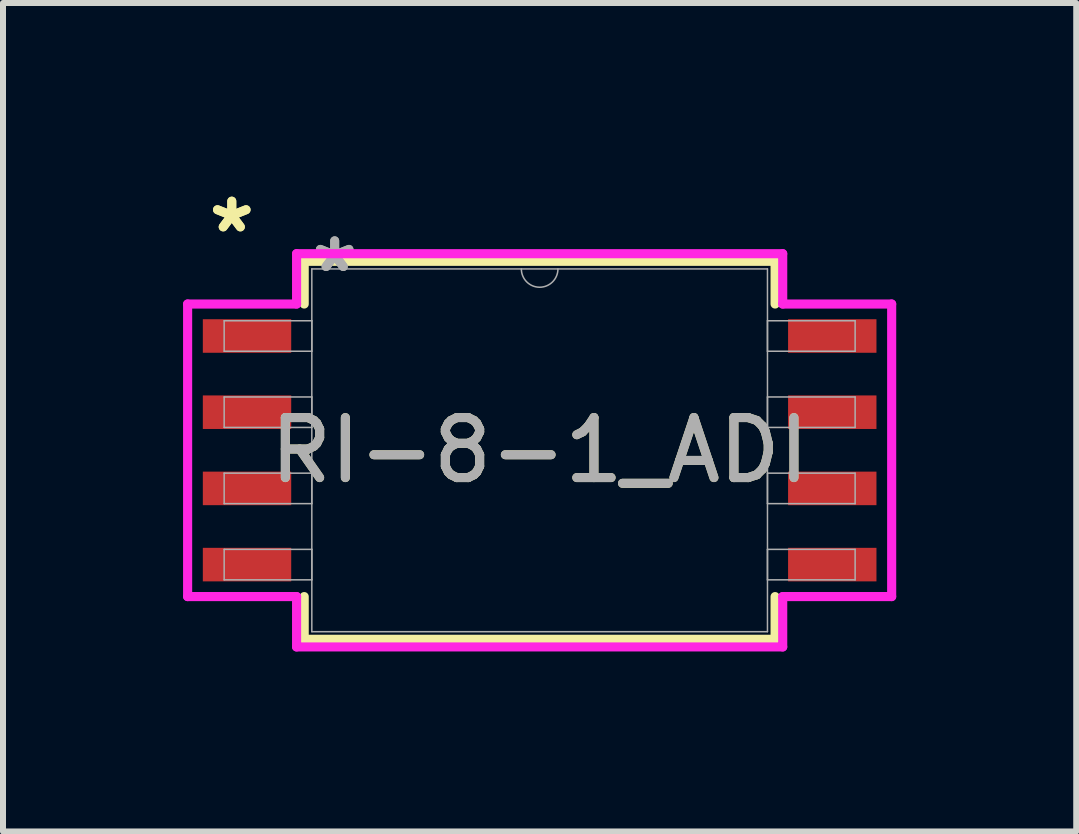
<source format=kicad_pcb>
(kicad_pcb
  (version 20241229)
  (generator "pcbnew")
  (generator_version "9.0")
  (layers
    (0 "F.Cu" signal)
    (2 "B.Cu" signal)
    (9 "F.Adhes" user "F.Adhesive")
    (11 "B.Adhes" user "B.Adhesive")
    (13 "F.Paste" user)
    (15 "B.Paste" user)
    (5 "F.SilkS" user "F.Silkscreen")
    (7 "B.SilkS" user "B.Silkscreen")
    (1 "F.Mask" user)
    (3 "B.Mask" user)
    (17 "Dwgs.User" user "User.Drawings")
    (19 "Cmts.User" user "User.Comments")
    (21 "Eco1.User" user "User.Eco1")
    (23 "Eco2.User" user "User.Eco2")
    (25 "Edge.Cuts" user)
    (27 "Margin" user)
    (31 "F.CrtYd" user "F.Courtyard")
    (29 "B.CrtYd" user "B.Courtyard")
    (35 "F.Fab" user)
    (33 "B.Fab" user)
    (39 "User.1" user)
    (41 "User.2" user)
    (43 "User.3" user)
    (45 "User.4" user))
  (footprint "RI-8-1_ADI"
    (layer "F.Cu")
    (at 5.944 4.455)
    (property "Reference" "RI-8-1_ADI" (at 0 0 0) (unlocked yes) (layer "F.SilkS") (effects (font (size 1 1) (thickness 0.15))))
    (attr smd)
    (fp_line (start -3.924 -3.15) (end -3.924 -2.438) (stroke (width 0.152) (type solid)) (layer "F.SilkS"))
    (fp_line (start -3.924 2.438) (end -3.924 3.15) (stroke (width 0.152) (type solid)) (layer "F.SilkS"))
    (fp_line (start -3.924 3.15) (end 3.924 3.15) (stroke (width 0.152) (type solid)) (layer "F.SilkS"))
    (fp_line (start 3.924 -3.15) (end -3.924 -3.15) (stroke (width 0.152) (type solid)) (layer "F.SilkS"))
    (fp_line (start 3.924 -2.438) (end 3.924 -3.15) (stroke (width 0.152) (type solid)) (layer "F.SilkS"))
    (fp_line (start 3.924 3.15) (end 3.924 2.438) (stroke (width 0.152) (type solid)) (layer "F.SilkS"))
    (fp_line (start -5.867 -2.438) (end -4.051 -2.438) (stroke (width 0.152) (type solid)) (layer "F.CrtYd"))
    (fp_line (start -5.867 2.438) (end -5.867 -2.438) (stroke (width 0.152) (type solid)) (layer "F.CrtYd"))
    (fp_line (start -5.867 2.438) (end -4.051 2.438) (stroke (width 0.152) (type solid)) (layer "F.CrtYd"))
    (fp_line (start -4.051 -3.277) (end 4.051 -3.277) (stroke (width 0.152) (type solid)) (layer "F.CrtYd"))
    (fp_line (start -4.051 -2.438) (end -4.051 -3.277) (stroke (width 0.152) (type solid)) (layer "F.CrtYd"))
    (fp_line (start -4.051 3.277) (end -4.051 2.438) (stroke (width 0.152) (type solid)) (layer "F.CrtYd"))
    (fp_line (start 4.051 -3.277) (end 4.051 -2.438) (stroke (width 0.152) (type solid)) (layer "F.CrtYd"))
    (fp_line (start 4.051 2.438) (end 4.051 3.277) (stroke (width 0.152) (type solid)) (layer "F.CrtYd"))
    (fp_line (start 4.051 3.277) (end -4.051 3.277) (stroke (width 0.152) (type solid)) (layer "F.CrtYd"))
    (fp_line (start 5.867 -2.438) (end 4.051 -2.438) (stroke (width 0.152) (type solid)) (layer "F.CrtYd"))
    (fp_line (start 5.867 -2.438) (end 5.867 2.438) (stroke (width 0.152) (type solid)) (layer "F.CrtYd"))
    (fp_line (start 5.867 2.438) (end 4.051 2.438) (stroke (width 0.152) (type solid)) (layer "F.CrtYd"))
    (fp_line (start -5.258 -2.159) (end -5.258 -1.651) (stroke (width 0.025) (type solid)) (layer "F.Fab"))
    (fp_line (start -5.258 -1.651) (end -3.797 -1.651) (stroke (width 0.025) (type solid)) (layer "F.Fab"))
    (fp_line (start -5.258 -0.889) (end -5.258 -0.381) (stroke (width 0.025) (type solid)) (layer "F.Fab"))
    (fp_line (start -5.258 -0.381) (end -3.797 -0.381) (stroke (width 0.025) (type solid)) (layer "F.Fab"))
    (fp_line (start -5.258 0.381) (end -5.258 0.889) (stroke (width 0.025) (type solid)) (layer "F.Fab"))
    (fp_line (start -5.258 0.889) (end -3.797 0.889) (stroke (width 0.025) (type solid)) (layer "F.Fab"))
    (fp_line (start -5.258 1.651) (end -5.258 2.159) (stroke (width 0.025) (type solid)) (layer "F.Fab"))
    (fp_line (start -5.258 2.159) (end -3.797 2.159) (stroke (width 0.025) (type solid)) (layer "F.Fab"))
    (fp_line (start -3.797 -3.023) (end -3.797 3.023) (stroke (width 0.025) (type solid)) (layer "F.Fab"))
    (fp_line (start -3.797 -2.159) (end -5.258 -2.159) (stroke (width 0.025) (type solid)) (layer "F.Fab"))
    (fp_line (start -3.797 -1.651) (end -3.797 -2.159) (stroke (width 0.025) (type solid)) (layer "F.Fab"))
    (fp_line (start -3.797 -0.889) (end -5.258 -0.889) (stroke (width 0.025) (type solid)) (layer "F.Fab"))
    (fp_line (start -3.797 -0.381) (end -3.797 -0.889) (stroke (width 0.025) (type solid)) (layer "F.Fab"))
    (fp_line (start -3.797 0.381) (end -5.258 0.381) (stroke (width 0.025) (type solid)) (layer "F.Fab"))
    (fp_line (start -3.797 0.889) (end -3.797 0.381) (stroke (width 0.025) (type solid)) (layer "F.Fab"))
    (fp_line (start -3.797 1.651) (end -5.258 1.651) (stroke (width 0.025) (type solid)) (layer "F.Fab"))
    (fp_line (start -3.797 2.159) (end -3.797 1.651) (stroke (width 0.025) (type solid)) (layer "F.Fab"))
    (fp_line (start -3.797 3.023) (end 3.797 3.023) (stroke (width 0.025) (type solid)) (layer "F.Fab"))
    (fp_line (start 3.797 -3.023) (end -3.797 -3.023) (stroke (width 0.025) (type solid)) (layer "F.Fab"))
    (fp_line (start 3.797 -2.159) (end 3.797 -1.651) (stroke (width 0.025) (type solid)) (layer "F.Fab"))
    (fp_line (start 3.797 -1.651) (end 5.258 -1.651) (stroke (width 0.025) (type solid)) (layer "F.Fab"))
    (fp_line (start 3.797 -0.889) (end 3.797 -0.381) (stroke (width 0.025) (type solid)) (layer "F.Fab"))
    (fp_line (start 3.797 -0.381) (end 5.258 -0.381) (stroke (width 0.025) (type solid)) (layer "F.Fab"))
    (fp_line (start 3.797 0.381) (end 3.797 0.889) (stroke (width 0.025) (type solid)) (layer "F.Fab"))
    (fp_line (start 3.797 0.889) (end 5.258 0.889) (stroke (width 0.025) (type solid)) (layer "F.Fab"))
    (fp_line (start 3.797 1.651) (end 3.797 2.159) (stroke (width 0.025) (type solid)) (layer "F.Fab"))
    (fp_line (start 3.797 2.159) (end 5.258 2.159) (stroke (width 0.025) (type solid)) (layer "F.Fab"))
    (fp_line (start 3.797 3.023) (end 3.797 -3.023) (stroke (width 0.025) (type solid)) (layer "F.Fab"))
    (fp_line (start 5.258 -2.159) (end 3.797 -2.159) (stroke (width 0.025) (type solid)) (layer "F.Fab"))
    (fp_line (start 5.258 -1.651) (end 5.258 -2.159) (stroke (width 0.025) (type solid)) (layer "F.Fab"))
    (fp_line (start 5.258 -0.889) (end 3.797 -0.889) (stroke (width 0.025) (type solid)) (layer "F.Fab"))
    (fp_line (start 5.258 -0.381) (end 5.258 -0.889) (stroke (width 0.025) (type solid)) (layer "F.Fab"))
    (fp_line (start 5.258 0.381) (end 3.797 0.381) (stroke (width 0.025) (type solid)) (layer "F.Fab"))
    (fp_line (start 5.258 0.889) (end 5.258 0.381) (stroke (width 0.025) (type solid)) (layer "F.Fab"))
    (fp_line (start 5.258 1.651) (end 3.797 1.651) (stroke (width 0.025) (type solid)) (layer "F.Fab"))
    (fp_line (start 5.258 2.159) (end 5.258 1.651) (stroke (width 0.025) (type solid)) (layer "F.Fab"))
    (fp_arc (start 0.3048 -3.0226) (mid 0 -2.7178) (end -0.3048 -3.0226) (stroke (width 0.0254) (type solid)) (layer "F.Fab"))
    (fp_text user "*" (at -5.131 -3.607 0) (unlocked yes) (layer "F.SilkS") (effects (font (size 1 1) (thickness 0.15))))
    (fp_text user "*" (at -5.131 -3.607 0) (layer "F.SilkS") (effects (font (size 1 1) (thickness 0.15))))
    (fp_text user "*" (at -3.416 -2.946 0) (unlocked yes) (layer "F.Fab") (effects (font (size 1 1) (thickness 0.15))))
    (fp_text user "${REFERENCE}" (at 0 0 0) (unlocked yes) (layer "F.Fab") (effects (font (size 1 1) (thickness 0.15))))
    (fp_text user "*" (at -3.416 -2.946 0) (layer "F.Fab") (effects (font (size 1 1) (thickness 0.15))))
    (pad "1" smd rect (at -4.877 -1.905) (size 1.473 0.559) (layers "F.Cu" "F.Mask" "F.Paste"))
    (pad "2" smd rect (at -4.877 -0.635) (size 1.473 0.559) (layers "F.Cu" "F.Mask" "F.Paste"))
    (pad "3" smd rect (at -4.877 0.635) (size 1.473 0.559) (layers "F.Cu" "F.Mask" "F.Paste"))
    (pad "4" smd rect (at -4.877 1.905) (size 1.473 0.559) (layers "F.Cu" "F.Mask" "F.Paste"))
    (pad "5" smd rect (at 4.877 1.905) (size 1.473 0.559) (layers "F.Cu" "F.Mask" "F.Paste"))
    (pad "6" smd rect (at 4.877 0.635) (size 1.473 0.559) (layers "F.Cu" "F.Mask" "F.Paste"))
    (pad "7" smd rect (at 4.877 -0.635) (size 1.473 0.559) (layers "F.Cu" "F.Mask" "F.Paste"))
    (pad "8" smd rect (at 4.877 -1.905) (size 1.473 0.559) (layers "F.Cu" "F.Mask" "F.Paste")))
  (gr_rect
    (start -3 -3)
    (end 14.887 10.808)
    (stroke (width 0.1) (type default))
    (fill no)
    (layer "Edge.Cuts")))
</source>
